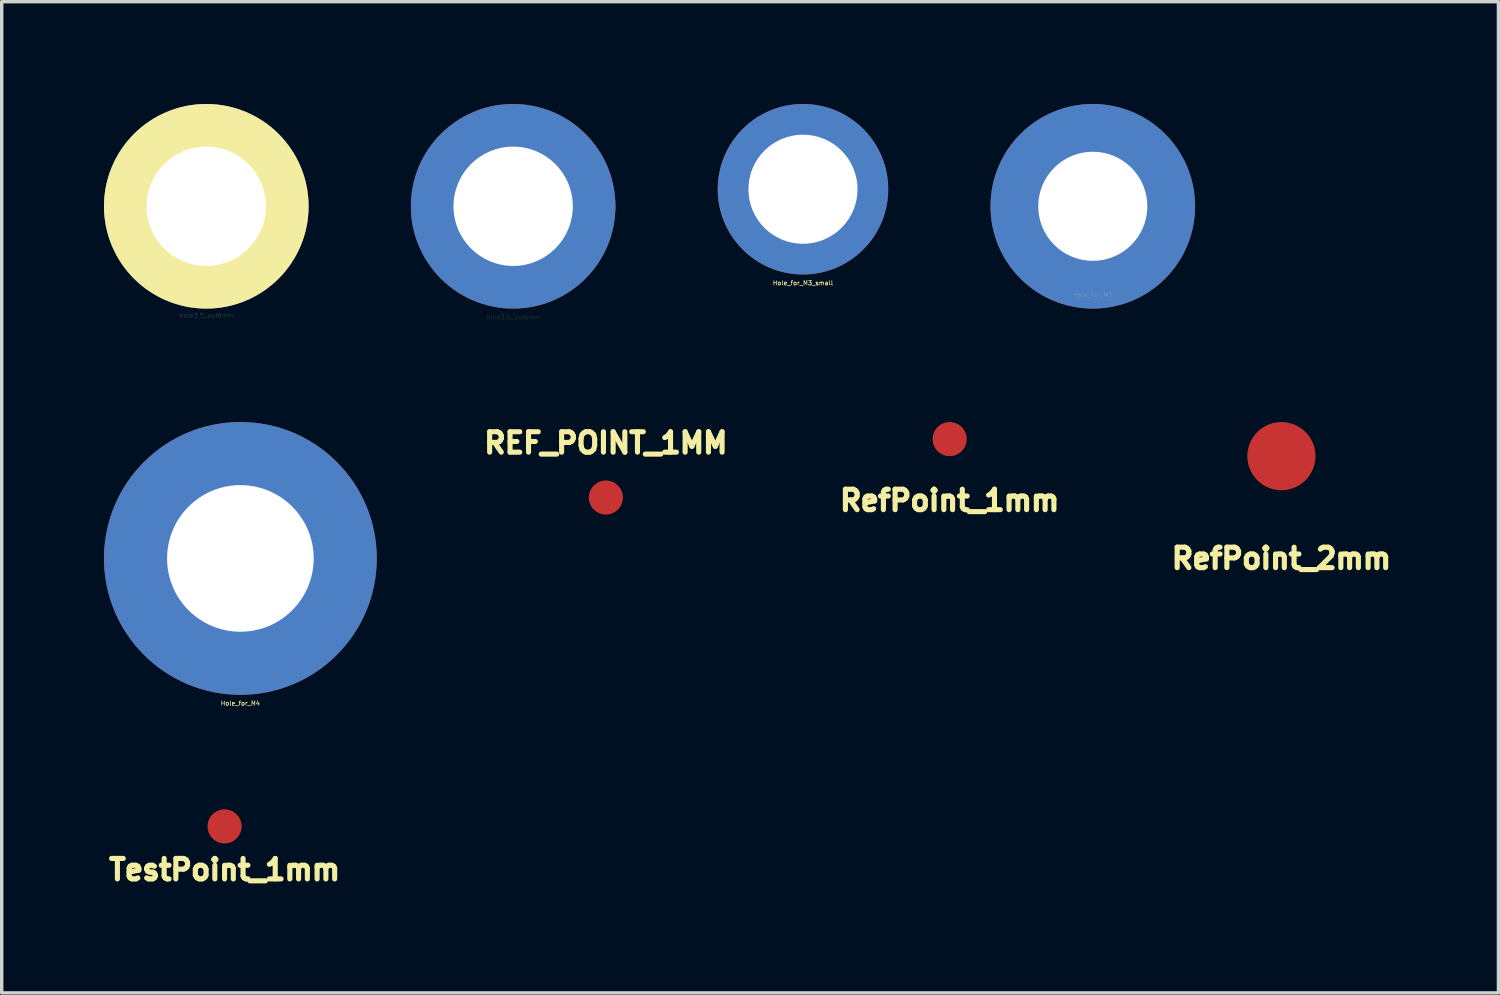
<source format=kicad_pcb>
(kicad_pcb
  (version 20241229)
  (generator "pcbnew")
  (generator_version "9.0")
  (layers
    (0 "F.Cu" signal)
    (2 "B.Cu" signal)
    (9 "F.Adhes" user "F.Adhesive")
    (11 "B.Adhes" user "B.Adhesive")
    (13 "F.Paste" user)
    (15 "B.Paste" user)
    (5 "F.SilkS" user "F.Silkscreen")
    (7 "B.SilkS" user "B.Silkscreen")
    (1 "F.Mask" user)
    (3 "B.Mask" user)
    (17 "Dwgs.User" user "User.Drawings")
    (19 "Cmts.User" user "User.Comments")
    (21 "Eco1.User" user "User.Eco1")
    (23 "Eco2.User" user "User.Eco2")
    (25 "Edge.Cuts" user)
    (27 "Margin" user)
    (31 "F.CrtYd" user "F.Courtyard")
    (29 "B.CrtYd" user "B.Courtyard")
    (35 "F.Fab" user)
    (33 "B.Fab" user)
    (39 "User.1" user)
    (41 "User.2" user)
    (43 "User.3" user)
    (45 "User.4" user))
  (footprint "Hole_for_M3_small"
    (layer "F.Cu")
    (at 20.5 2.5)
    (property "Reference" "Hole_for_M3_small" (at 0 2.75 0) (layer "F.SilkS") (effects (font (size 0.127 0.127) (thickness 0.02))))
    (attr through_hole)
    (pad "H" thru_hole circle (at 0 0) (size 5 5) (drill 3.2) (layers "*.Cu" "*.Mask")))
  (footprint "Hole_for_M4"
    (layer "F.Cu")
    (at 4 13.328)
    (property "Reference" "Hole_for_M4" (at 0 4.25 0) (layer "F.SilkS") (effects (font (size 0.127 0.127) (thickness 0.02))))
    (attr through_hole)
    (pad "H" thru_hole circle (at 0 0) (size 8 8) (drill 4.3) (layers "*.Cu" "*.Mask")))
  (footprint "RefPoint_1mm"
    (layer "F.Cu")
    (at 24.802 9.828)
    (property "Reference" "RefPoint_1mm" (at 0 1.8 0) (layer "F.SilkS") (effects (font (size 0.6 0.6) (thickness 0.15))))
    (attr through_hole)
    (pad "REF" smd circle (at 0 0) (size 1 1) (layers "F.Cu" "F.Mask")))
  (footprint "Hole3.5_out6mm"
    (layer "F.Cu")
    (at 12 3)
    (property "Reference" "Hole3.5_out6mm" (at 0 3.25 0) (layer "F.SilkS") (effects (font (size 0.127 0.127) (thickness 0.002))))
    (attr through_hole)
    (pad "H" thru_hole circle (at 0 0) (size 6 6) (drill 3.5) (layers "*.Cu" "*.Mask")))
  (footprint "REF_POINT_1MM"
    (layer "F.Cu")
    (at 14.719 11.542)
    (property "Reference" "REF_POINT_1MM" (at 0 -1.6 0) (layer "F.SilkS") (effects (font (size 0.599 0.599) (thickness 0.15))))
    (attr through_hole)
    (pad "REF" smd circle (at 0 0) (size 1 1) (layers "F.Cu" "F.Mask")))
  (footprint "RefPoint_2mm"
    (layer "F.Cu")
    (at 34.532 10.328)
    (property "Reference" "RefPoint_2mm" (at 0 3 0) (layer "F.SilkS") (effects (font (size 0.6 0.6) (thickness 0.15))))
    (attr exclude_from_pos_files exclude_from_bom)
    (pad "REF" smd circle (at 0 0) (size 2 2) (layers "F.Cu" "F.Mask")))
  (footprint "TestPoint_1mm"
    (layer "F.Cu")
    (at 3.536 21.187)
    (property "Reference" "TestPoint_1mm" (at 0 1.27 0) (layer "F.SilkS") (effects (font (size 0.6 0.6) (thickness 0.15))))
    (attr through_hole)
    (pad "1" smd circle (at 0 0) (size 1 1) (layers "F.Cu" "F.Mask" "F.Paste")))
  (footprint "Hole_for_M3"
    (layer "F.Cu")
    (at 29 3)
    (property "Reference" "Hole_for_M3" (at 0 2.603 0) (layer "F.SilkS") (effects (font (size 0.127 0.127) (thickness 0.003))))
    (attr through_hole)
    (pad "H" thru_hole circle (at 0 0) (size 6 6) (drill 3.2) (layers "*.Cu" "*.Mask")))
  (footprint "Hole3,5_out6mm"
    (layer "F.Cu")
    (at 3 3)
    (property "Reference" "Hole3,5_out6mm" (at 0 3.2 0) (layer "F.SilkS") (effects (font (size 0.127 0.127) (thickness 0.003))))
    (attr through_hole)
    (pad "H" thru_hole circle (at 0 0) (size 6 6) (drill 3.5) (layers "*.Cu" "*.Mask" "F.SilkS")))
  (gr_rect
    (start -3 -3)
    (end 40.897 26.071)
    (stroke (width 0.1) (type default))
    (fill no)
    (layer "Edge.Cuts")))
</source>
